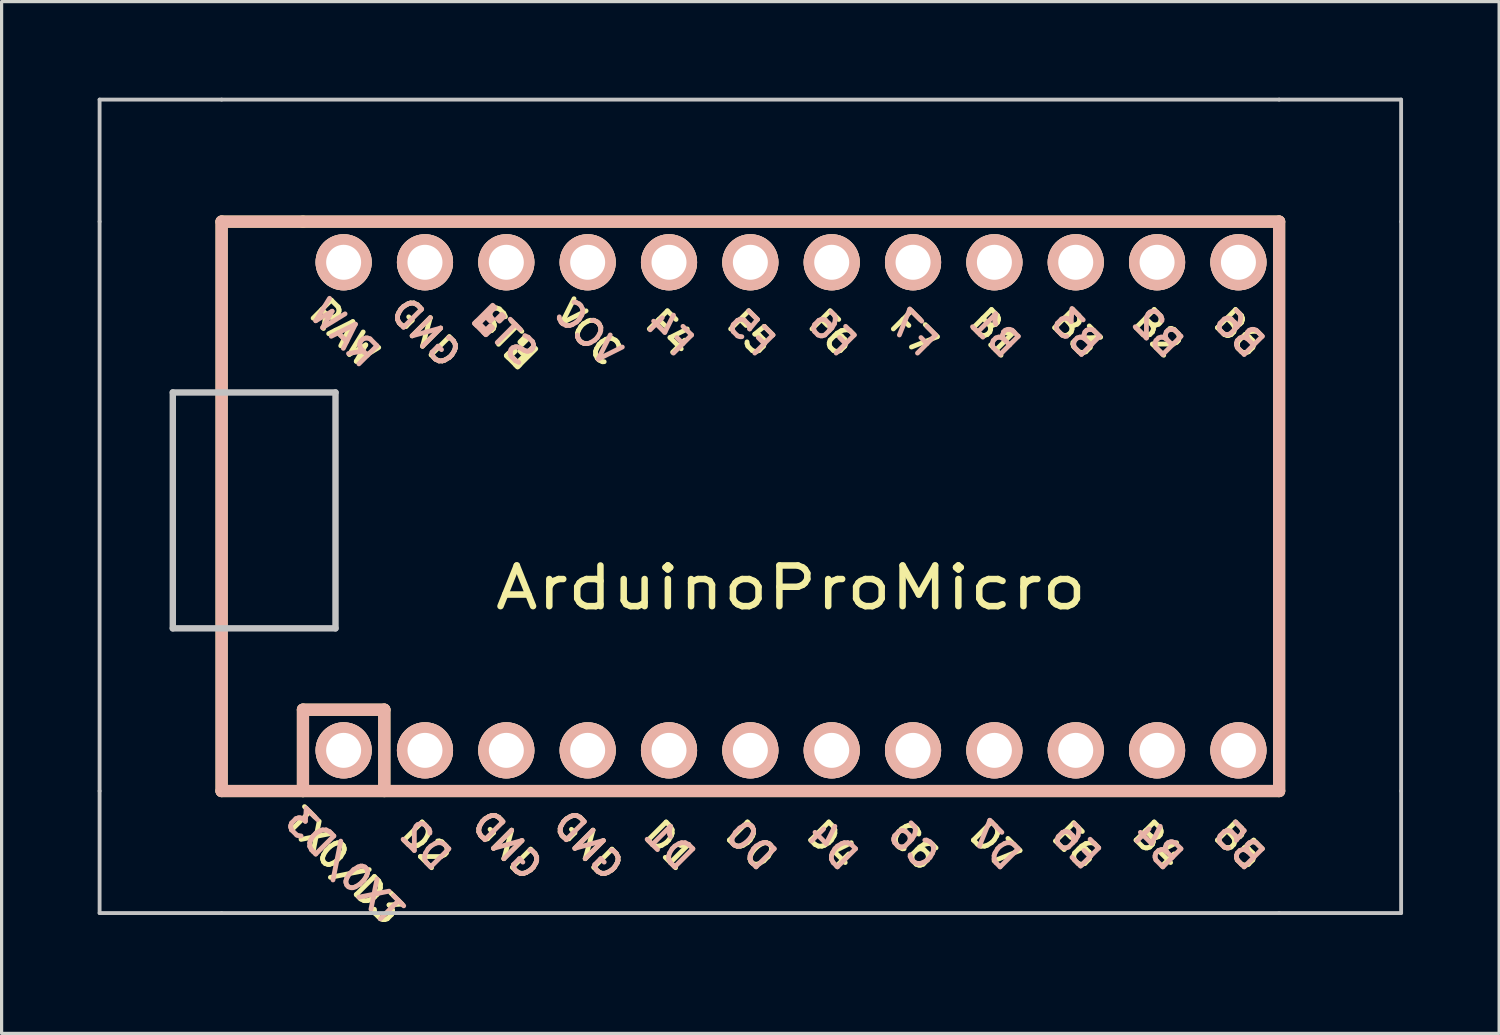
<source format=kicad_pcb>
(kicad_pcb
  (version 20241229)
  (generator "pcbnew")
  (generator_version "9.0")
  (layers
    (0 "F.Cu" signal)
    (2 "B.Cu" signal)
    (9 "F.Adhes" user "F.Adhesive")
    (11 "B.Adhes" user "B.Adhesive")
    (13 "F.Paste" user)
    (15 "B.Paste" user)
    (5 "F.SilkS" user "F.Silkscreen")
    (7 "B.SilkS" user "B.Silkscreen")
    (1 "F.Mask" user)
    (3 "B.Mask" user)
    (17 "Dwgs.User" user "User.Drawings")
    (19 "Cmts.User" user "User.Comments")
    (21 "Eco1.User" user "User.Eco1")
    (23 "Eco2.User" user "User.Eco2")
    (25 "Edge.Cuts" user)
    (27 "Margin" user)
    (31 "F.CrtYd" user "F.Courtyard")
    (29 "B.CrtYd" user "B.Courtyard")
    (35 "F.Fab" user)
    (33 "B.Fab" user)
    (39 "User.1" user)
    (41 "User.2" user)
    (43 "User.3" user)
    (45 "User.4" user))
  (footprint "ArduinoProMicro"
    (layer "F.Cu")
    (at 21.65 12.76)
    (property "Reference" "ArduinoProMicro" (at 0 2.54 0) (layer "F.SilkS") (effects (font (size 1.27 1.524) (thickness 0.203))))
    (attr through_hole)
    (fp_line (start -17.78 -8.89) (end -17.78 8.89) (stroke (width 0.381) (type solid)) (layer "F.SilkS"))
    (fp_line (start -17.78 8.89) (end -15.24 8.89) (stroke (width 0.381) (type solid)) (layer "F.SilkS"))
    (fp_line (start -15.24 -8.89) (end -17.78 -8.89) (stroke (width 0.381) (type solid)) (layer "F.SilkS"))
    (fp_line (start -15.24 6.35) (end -15.24 8.89) (stroke (width 0.381) (type solid)) (layer "F.SilkS"))
    (fp_line (start -15.24 6.35) (end -12.7 6.35) (stroke (width 0.381) (type solid)) (layer "F.SilkS"))
    (fp_line (start -15.24 8.89) (end 15.24 8.89) (stroke (width 0.381) (type solid)) (layer "F.SilkS"))
    (fp_line (start -12.7 6.35) (end -12.7 8.89) (stroke (width 0.381) (type solid)) (layer "F.SilkS"))
    (fp_line (start 15.24 -8.89) (end -15.24 -8.89) (stroke (width 0.381) (type solid)) (layer "F.SilkS"))
    (fp_line (start 15.24 8.89) (end 15.24 -8.89) (stroke (width 0.381) (type solid)) (layer "F.SilkS"))
    (fp_poly (pts (xy -8.89 -4.706) (xy -8.82 -4.777) (xy -8.466 -4.423) (xy -8.537 -4.353)) (stroke (width 0.15) (type solid)) (fill yes) (layer "F.SilkS"))
    (fp_poly (pts (xy -8.89 -4.706) (xy -8.678 -4.918) (xy -8.608 -4.848) (xy -8.82 -4.636)) (stroke (width 0.15) (type solid)) (fill yes) (layer "F.SilkS"))
    (fp_poly (pts (xy -8.608 -4.423) (xy -8.042 -4.989) (xy -7.971 -4.918) (xy -8.537 -4.353)) (stroke (width 0.15) (type solid)) (fill yes) (layer "F.SilkS"))
    (fp_poly (pts (xy -8.466 -5.13) (xy -8.325 -5.272) (xy -8.254 -5.201) (xy -8.395 -5.06)) (stroke (width 0.15) (type solid)) (fill yes) (layer "F.SilkS"))
    (fp_poly (pts (xy -8.466 -4.848) (xy -8.395 -4.918) (xy -8.325 -4.848) (xy -8.395 -4.777)) (stroke (width 0.15) (type solid)) (fill yes) (layer "F.SilkS"))
    (fp_line (start -17.78 -8.89) (end -17.78 8.89) (stroke (width 0.381) (type solid)) (layer "B.SilkS"))
    (fp_line (start -17.78 8.89) (end 15.24 8.89) (stroke (width 0.381) (type solid)) (layer "B.SilkS"))
    (fp_line (start -15.24 6.35) (end -15.24 8.89) (stroke (width 0.381) (type solid)) (layer "B.SilkS"))
    (fp_line (start -15.24 6.35) (end -12.7 6.35) (stroke (width 0.381) (type solid)) (layer "B.SilkS"))
    (fp_line (start -12.7 6.35) (end -12.7 8.89) (stroke (width 0.381) (type solid)) (layer "B.SilkS"))
    (fp_line (start 15.24 -8.89) (end -17.78 -8.89) (stroke (width 0.381) (type solid)) (layer "B.SilkS"))
    (fp_line (start 15.24 8.89) (end 15.24 -8.89) (stroke (width 0.381) (type solid)) (layer "B.SilkS"))
    (fp_poly (pts (xy -9.812 -5.642) (xy -9.246 -6.207) (xy -9.317 -6.278) (xy -9.883 -5.712)) (stroke (width 0.15) (type solid)) (fill yes) (layer "B.SilkS"))
    (fp_poly (pts (xy -9.529 -5.359) (xy -9.458 -5.429) (xy -9.812 -5.783) (xy -9.883 -5.712)) (stroke (width 0.15) (type solid)) (fill yes) (layer "B.SilkS"))
    (fp_poly (pts (xy -9.529 -5.359) (xy -9.317 -5.571) (xy -9.388 -5.642) (xy -9.6 -5.429)) (stroke (width 0.15) (type solid)) (fill yes) (layer "B.SilkS"))
    (fp_poly (pts (xy -9.388 -5.783) (xy -9.317 -5.854) (xy -9.388 -5.924) (xy -9.458 -5.854)) (stroke (width 0.15) (type solid)) (fill yes) (layer "B.SilkS"))
    (fp_poly (pts (xy -9.105 -5.783) (xy -8.963 -5.924) (xy -9.034 -5.995) (xy -9.176 -5.854)) (stroke (width 0.15) (type solid)) (fill yes) (layer "B.SilkS"))
    (fp_line (start -21.59 -12.7) (end -21.59 -8.89) (stroke (width 0.12) (type solid)) (layer "Dwgs.User"))
    (fp_line (start -21.59 8.89) (end -21.59 -8.89) (stroke (width 0.12) (type solid)) (layer "Dwgs.User"))
    (fp_line (start -21.59 8.89) (end -21.59 12.7) (stroke (width 0.12) (type solid)) (layer "Dwgs.User"))
    (fp_line (start -21.59 12.7) (end -17.78 12.7) (stroke (width 0.12) (type solid)) (layer "Dwgs.User"))
    (fp_line (start -19.304 -3.556) (end -14.224 -3.556) (stroke (width 0.2) (type solid)) (layer "Dwgs.User"))
    (fp_line (start -19.304 3.81) (end -19.304 -3.556) (stroke (width 0.2) (type solid)) (layer "Dwgs.User"))
    (fp_line (start -17.78 -12.7) (end -21.59 -12.7) (stroke (width 0.12) (type solid)) (layer "Dwgs.User"))
    (fp_line (start -17.78 -12.7) (end 15.24 -12.7) (stroke (width 0.12) (type solid)) (layer "Dwgs.User"))
    (fp_line (start -17.78 12.7) (end 15.24 12.7) (stroke (width 0.12) (type solid)) (layer "Dwgs.User"))
    (fp_line (start -14.224 -3.556) (end -14.224 3.81) (stroke (width 0.2) (type solid)) (layer "Dwgs.User"))
    (fp_line (start -14.224 3.81) (end -19.304 3.81) (stroke (width 0.2) (type solid)) (layer "Dwgs.User"))
    (fp_line (start 15.24 -12.7) (end 19.05 -12.7) (stroke (width 0.12) (type solid)) (layer "Dwgs.User"))
    (fp_line (start 19.05 -12.7) (end 19.05 -8.89) (stroke (width 0.12) (type solid)) (layer "Dwgs.User"))
    (fp_line (start 19.05 8.89) (end 19.05 -8.89) (stroke (width 0.12) (type solid)) (layer "Dwgs.User"))
    (fp_line (start 19.05 8.89) (end 19.05 12.7) (stroke (width 0.12) (type solid)) (layer "Dwgs.User"))
    (fp_line (start 19.05 12.7) (end 15.24 12.7) (stroke (width 0.12) (type solid)) (layer "Dwgs.User"))
    (fp_text user "GND" (at -6.332 10.584 135) (layer "F.SilkS") (effects (font (size 0.8 0.8) (thickness 0.15))))
    (fp_text user "C6" (at 3.828 10.584 135) (layer "F.SilkS") (effects (font (size 0.8 0.8) (thickness 0.15))))
    (fp_text user "D4" (at 1.288 10.584 135) (layer "F.SilkS") (effects (font (size 0.8 0.8) (thickness 0.15))))
    (fp_text user "F6" (at 1.288 -5.418 135) (layer "F.SilkS") (effects (font (size 0.8 0.8) (thickness 0.15))))
    (fp_text user "E6" (at 8.908 10.584 135) (layer "F.SilkS") (effects (font (size 0.8 0.8) (thickness 0.15))))
    (fp_text user "B4" (at 11.448 10.584 135) (layer "F.SilkS") (effects (font (size 0.8 0.8) (thickness 0.15))))
    (fp_text user "B2" (at 11.448 -5.418 135) (layer "F.SilkS") (effects (font (size 0.8 0.8) (thickness 0.15))))
    (fp_text user "B1" (at 6.368 -5.418 135) (layer "F.SilkS") (effects (font (size 0.8 0.8) (thickness 0.15))))
    (fp_text user "F5" (at -1.252 -5.418 135) (layer "F.SilkS") (effects (font (size 0.8 0.8) (thickness 0.15))))
    (fp_text user "ST" (at -9.146 -5.585 135) (layer "F.SilkS") (effects (font (size 0.8 0.8) (thickness 0.15))))
    (fp_text user "RAW" (at -13.952 -5.418 135) (layer "F.SilkS") (effects (font (size 0.8 0.8) (thickness 0.15))))
    (fp_text user "B5" (at 13.988 10.584 135) (layer "F.SilkS") (effects (font (size 0.8 0.8) (thickness 0.15))))
    (fp_text user "F7" (at 3.828 -5.418 135) (layer "F.SilkS") (effects (font (size 0.8 0.8) (thickness 0.15))))
    (fp_text user "D7" (at 6.368 10.584 135) (layer "F.SilkS") (effects (font (size 0.8 0.8) (thickness 0.15))))
    (fp_text user "VCC" (at -6.332 -5.418 135) (layer "F.SilkS") (effects (font (size 0.8 0.8) (thickness 0.15))))
    (fp_text user "D1" (at -3.792 10.584 135) (layer "F.SilkS") (effects (font (size 0.8 0.8) (thickness 0.15))))
    (fp_text user "GND" (at -11.412 -5.418 135) (layer "F.SilkS") (effects (font (size 0.8 0.8) (thickness 0.15))))
    (fp_text user "GND" (at -8.872 10.584 135) (layer "F.SilkS") (effects (font (size 0.8 0.8) (thickness 0.15))))
    (fp_text user "F4" (at -3.792 -5.418 135) (layer "F.SilkS") (effects (font (size 0.8 0.8) (thickness 0.15))))
    (fp_text user "D0" (at -1.252 10.584 135) (layer "F.SilkS") (effects (font (size 0.8 0.8) (thickness 0.15))))
    (fp_text user "B3" (at 8.908 -5.418 135) (layer "F.SilkS") (effects (font (size 0.8 0.8) (thickness 0.15))))
    (fp_text user "TX0/D3" (at -13.952 11.235 135) (layer "F.SilkS") (effects (font (size 0.8 0.8) (thickness 0.15))))
    (fp_text user "B6" (at 13.988 -5.418 135) (layer "F.SilkS") (effects (font (size 0.8 0.8) (thickness 0.15))))
    (fp_text user "D2" (at -11.412 10.584 135) (layer "F.SilkS") (effects (font (size 0.8 0.8) (thickness 0.15))))
    (fp_text user "B6" (at 13.988 -5.418 135) (layer "B.SilkS") (effects (font (size 0.8 0.8) (thickness 0.15)) (justify mirror)))
    (fp_text user "ST" (at -8.648 -5.102 135) (layer "B.SilkS") (effects (font (size 0.8 0.8) (thickness 0.15)) (justify mirror)))
    (fp_text user "B5" (at 13.988 10.584 135) (layer "B.SilkS") (effects (font (size 0.8 0.8) (thickness 0.15)) (justify mirror)))
    (fp_text user "C6" (at 3.828 10.584 135) (layer "B.SilkS") (effects (font (size 0.8 0.8) (thickness 0.15)) (justify mirror)))
    (fp_text user "GND" (at -11.412 -5.418 135) (layer "B.SilkS") (effects (font (size 0.8 0.8) (thickness 0.15)) (justify mirror)))
    (fp_text user "VCC" (at -6.332 -5.418 135) (layer "B.SilkS") (effects (font (size 0.8 0.8) (thickness 0.15)) (justify mirror)))
    (fp_text user "D2" (at -11.412 10.584 135) (layer "B.SilkS") (effects (font (size 0.8 0.8) (thickness 0.15)) (justify mirror)))
    (fp_text user "E6" (at 8.908 10.584 135) (layer "B.SilkS") (effects (font (size 0.8 0.8) (thickness 0.15)) (justify mirror)))
    (fp_text user "F5" (at -1.252 -5.418 135) (layer "B.SilkS") (effects (font (size 0.8 0.8) (thickness 0.15)) (justify mirror)))
    (fp_text user "B3" (at 8.908 -5.418 135) (layer "B.SilkS") (effects (font (size 0.8 0.8) (thickness 0.15)) (justify mirror)))
    (fp_text user "GND" (at -6.332 10.584 135) (layer "B.SilkS") (effects (font (size 0.8 0.8) (thickness 0.15)) (justify mirror)))
    (fp_text user "D7" (at 6.368 10.584 135) (layer "B.SilkS") (effects (font (size 0.8 0.8) (thickness 0.15)) (justify mirror)))
    (fp_text user "F4" (at -3.792 -5.418 135) (layer "B.SilkS") (effects (font (size 0.8 0.8) (thickness 0.15)) (justify mirror)))
    (fp_text user "F7" (at 3.828 -5.418 135) (layer "B.SilkS") (effects (font (size 0.8 0.8) (thickness 0.15)) (justify mirror)))
    (fp_text user "F6" (at 1.288 -5.418 135) (layer "B.SilkS") (effects (font (size 0.8 0.8) (thickness 0.15)) (justify mirror)))
    (fp_text user "D1" (at -3.792 10.584 135) (layer "B.SilkS") (effects (font (size 0.8 0.8) (thickness 0.15)) (justify mirror)))
    (fp_text user "D4" (at 1.288 10.584 135) (layer "B.SilkS") (effects (font (size 0.8 0.8) (thickness 0.15)) (justify mirror)))
    (fp_text user "B4" (at 11.448 10.584 135) (layer "B.SilkS") (effects (font (size 0.8 0.8) (thickness 0.15)) (justify mirror)))
    (fp_text user "B2" (at 11.448 -5.418 135) (layer "B.SilkS") (effects (font (size 0.8 0.8) (thickness 0.15)) (justify mirror)))
    (fp_text user "RAW" (at -13.952 -5.418 135) (layer "B.SilkS") (effects (font (size 0.8 0.8) (thickness 0.15)) (justify mirror)))
    (fp_text user "B1" (at 6.368 -5.418 135) (layer "B.SilkS") (effects (font (size 0.8 0.8) (thickness 0.15)) (justify mirror)))
    (fp_text user "GND" (at -8.872 10.584 135) (layer "B.SilkS") (effects (font (size 0.8 0.8) (thickness 0.15)) (justify mirror)))
    (fp_text user "D0" (at -1.252 10.584 135) (layer "B.SilkS") (effects (font (size 0.8 0.8) (thickness 0.15)) (justify mirror)))
    (fp_text user "TX0/D3" (at -13.952 11.235 135) (layer "B.SilkS") (effects (font (size 0.8 0.8) (thickness 0.15)) (justify mirror)))
    (pad "1" thru_hole circle (at -13.97 7.62) (size 1.753 1.753) (drill 1.092) (layers "*.Cu" "*.SilkS" "*.Mask"))
    (pad "2" thru_hole circle (at -11.43 7.62) (size 1.753 1.753) (drill 1.092) (layers "*.Cu" "*.SilkS" "*.Mask"))
    (pad "3" thru_hole circle (at -8.89 7.62) (size 1.753 1.753) (drill 1.092) (layers "*.Cu" "*.SilkS" "*.Mask"))
    (pad "4" thru_hole circle (at -6.35 7.62) (size 1.753 1.753) (drill 1.092) (layers "*.Cu" "*.SilkS" "*.Mask"))
    (pad "5" thru_hole circle (at -3.81 7.62) (size 1.753 1.753) (drill 1.092) (layers "*.Cu" "*.SilkS" "*.Mask"))
    (pad "6" thru_hole circle (at -1.27 7.62) (size 1.753 1.753) (drill 1.092) (layers "*.Cu" "*.SilkS" "*.Mask"))
    (pad "7" thru_hole circle (at 1.27 7.62) (size 1.753 1.753) (drill 1.092) (layers "*.Cu" "*.SilkS" "*.Mask"))
    (pad "8" thru_hole circle (at 3.81 7.62) (size 1.753 1.753) (drill 1.092) (layers "*.Cu" "*.SilkS" "*.Mask"))
    (pad "9" thru_hole circle (at 6.35 7.62) (size 1.753 1.753) (drill 1.092) (layers "*.Cu" "*.SilkS" "*.Mask"))
    (pad "10" thru_hole circle (at 8.89 7.62) (size 1.753 1.753) (drill 1.092) (layers "*.Cu" "*.SilkS" "*.Mask"))
    (pad "11" thru_hole circle (at 11.43 7.62) (size 1.753 1.753) (drill 1.092) (layers "*.Cu" "*.SilkS" "*.Mask"))
    (pad "12" thru_hole circle (at 13.97 7.62) (size 1.753 1.753) (drill 1.092) (layers "*.Cu" "*.SilkS" "*.Mask"))
    (pad "13" thru_hole circle (at 13.97 -7.62) (size 1.753 1.753) (drill 1.092) (layers "*.Cu" "*.SilkS" "*.Mask"))
    (pad "14" thru_hole circle (at 11.43 -7.62) (size 1.753 1.753) (drill 1.092) (layers "*.Cu" "*.SilkS" "*.Mask"))
    (pad "15" thru_hole circle (at 8.89 -7.62) (size 1.753 1.753) (drill 1.092) (layers "*.Cu" "*.SilkS" "*.Mask"))
    (pad "16" thru_hole circle (at 6.35 -7.62) (size 1.753 1.753) (drill 1.092) (layers "*.Cu" "*.SilkS" "*.Mask"))
    (pad "17" thru_hole circle (at 3.81 -7.62) (size 1.753 1.753) (drill 1.092) (layers "*.Cu" "*.SilkS" "*.Mask"))
    (pad "18" thru_hole circle (at 1.27 -7.62) (size 1.753 1.753) (drill 1.092) (layers "*.Cu" "*.SilkS" "*.Mask"))
    (pad "19" thru_hole circle (at -1.27 -7.62) (size 1.753 1.753) (drill 1.092) (layers "*.Cu" "*.SilkS" "*.Mask"))
    (pad "20" thru_hole circle (at -3.81 -7.62) (size 1.753 1.753) (drill 1.092) (layers "*.Cu" "*.SilkS" "*.Mask"))
    (pad "21" thru_hole circle (at -6.35 -7.62) (size 1.753 1.753) (drill 1.092) (layers "*.Cu" "*.SilkS" "*.Mask"))
    (pad "22" thru_hole circle (at -8.89 -7.62) (size 1.753 1.753) (drill 1.092) (layers "*.Cu" "*.SilkS" "*.Mask"))
    (pad "23" thru_hole circle (at -11.43 -7.62) (size 1.753 1.753) (drill 1.092) (layers "*.Cu" "*.SilkS" "*.Mask"))
    (pad "24" thru_hole circle (at -13.97 -7.62) (size 1.753 1.753) (drill 1.092) (layers "*.Cu" "*.SilkS" "*.Mask")))
  (gr_rect
    (start -3 -3)
    (end 43.76 29.218)
    (stroke (width 0.1) (type default))
    (fill no)
    (layer "Edge.Cuts")))
</source>
